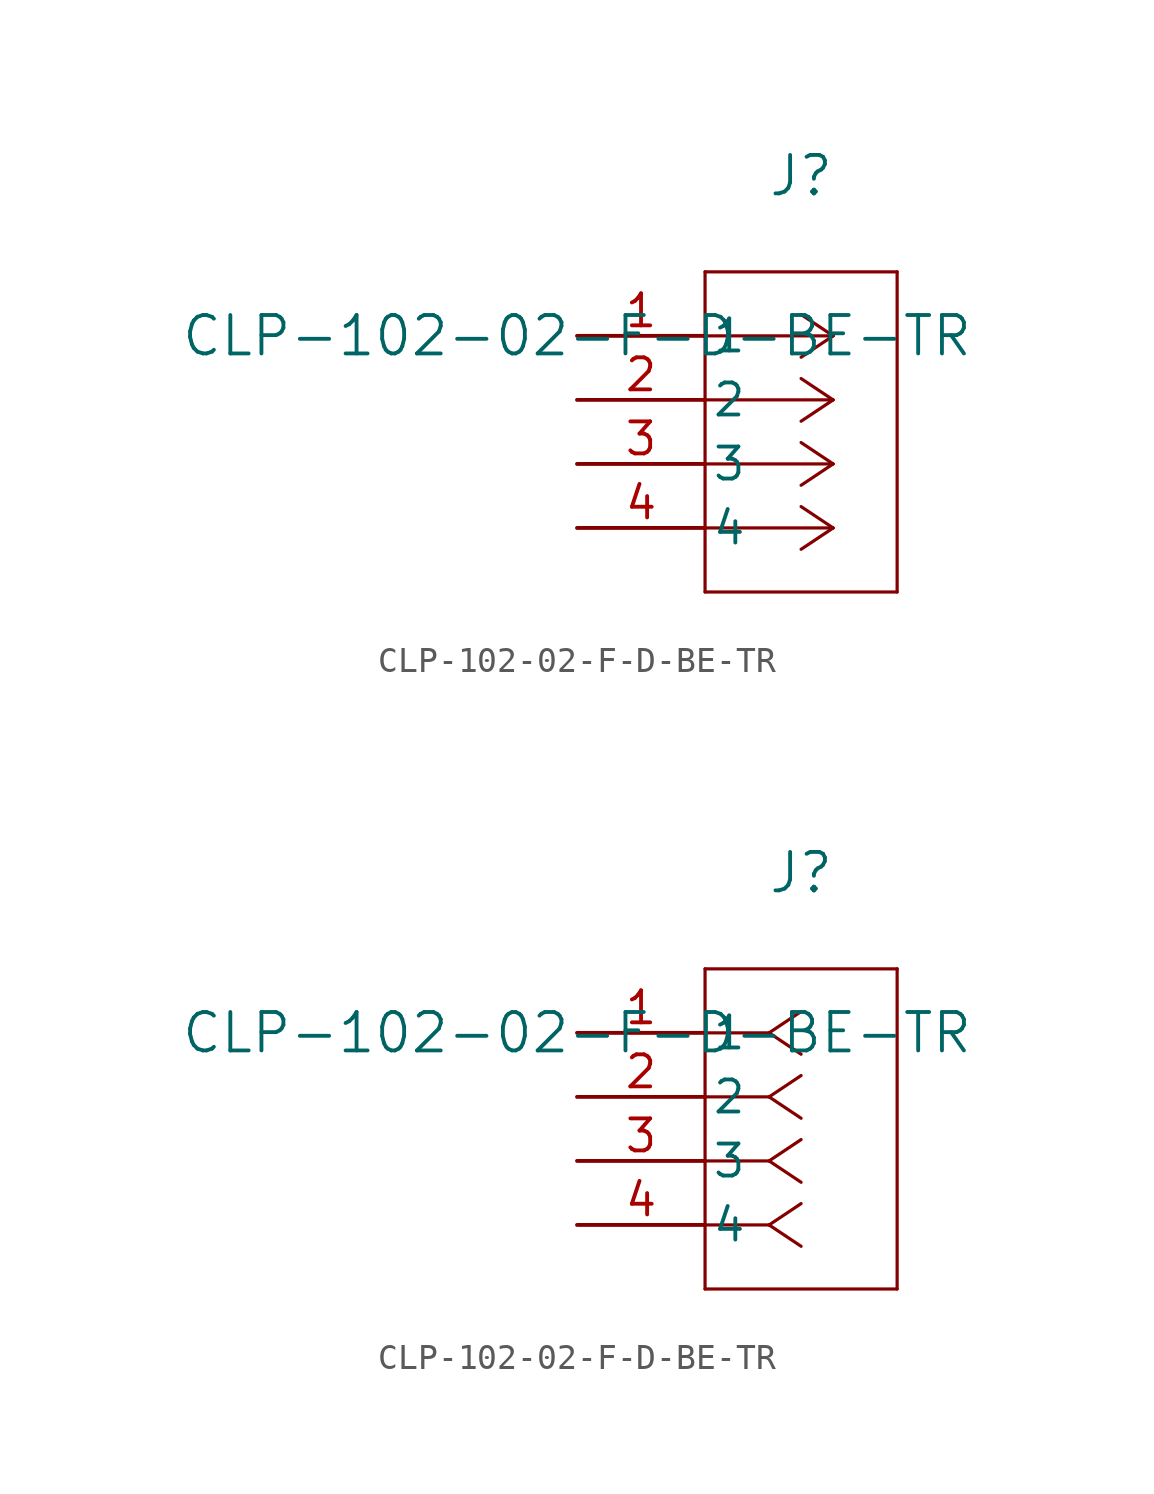
<source format=kicad_sym>
(kicad_symbol_lib
  (version 20211014)
  (generator kicad_symbol_editor)
  (symbol "CLP-102-02-F-D-BE-TR"
    (pin_names
      (offset 0.254))
    (property "Reference" "J"
      (at 8.89 6.35 0)
      (effects (font (size 1.524 1.524))))
    (property "Value" "CLP-102-02-F-D-BE-TR"
      (at 0 0 0)
      (effects (font (size 1.524 1.524))))
    (symbol "CLP-102-02-F-D-BE-TR_1_1"
      (polyline (pts (xy 10.16 0) (xy 5.08 0)) (stroke (width 0.127) (type default) (color 0 0 0 0)) (fill (type none)))
      (polyline (pts (xy 10.16 -2.54) (xy 5.08 -2.54)) (stroke (width 0.127) (type default) (color 0 0 0 0)) (fill (type none)))
      (polyline (pts (xy 10.16 -5.08) (xy 5.08 -5.08)) (stroke (width 0.127) (type default) (color 0 0 0 0)) (fill (type none)))
      (polyline (pts (xy 10.16 -7.62) (xy 5.08 -7.62)) (stroke (width 0.127) (type default) (color 0 0 0 0)) (fill (type none)))
      (polyline (pts (xy 10.16 0) (xy 8.89 0.847)) (stroke (width 0.127) (type default) (color 0 0 0 0)) (fill (type none)))
      (polyline (pts (xy 10.16 -2.54) (xy 8.89 -1.693)) (stroke (width 0.127) (type default) (color 0 0 0 0)) (fill (type none)))
      (polyline (pts (xy 10.16 -5.08) (xy 8.89 -4.233)) (stroke (width 0.127) (type default) (color 0 0 0 0)) (fill (type none)))
      (polyline (pts (xy 10.16 -7.62) (xy 8.89 -6.773)) (stroke (width 0.127) (type default) (color 0 0 0 0)) (fill (type none)))
      (polyline (pts (xy 10.16 0) (xy 8.89 -0.847)) (stroke (width 0.127) (type default) (color 0 0 0 0)) (fill (type none)))
      (polyline (pts (xy 10.16 -2.54) (xy 8.89 -3.387)) (stroke (width 0.127) (type default) (color 0 0 0 0)) (fill (type none)))
      (polyline (pts (xy 10.16 -5.08) (xy 8.89 -5.927)) (stroke (width 0.127) (type default) (color 0 0 0 0)) (fill (type none)))
      (polyline (pts (xy 10.16 -7.62) (xy 8.89 -8.467)) (stroke (width 0.127) (type default) (color 0 0 0 0)) (fill (type none)))
      (polyline (pts (xy 5.08 2.54) (xy 5.08 -10.16)) (stroke (width 0.127) (type default) (color 0 0 0 0)) (fill (type none)))
      (polyline (pts (xy 5.08 -10.16) (xy 12.7 -10.16)) (stroke (width 0.127) (type default) (color 0 0 0 0)) (fill (type none)))
      (polyline (pts (xy 12.7 -10.16) (xy 12.7 2.54)) (stroke (width 0.127) (type default) (color 0 0 0 0)) (fill (type none)))
      (polyline (pts (xy 12.7 2.54) (xy 5.08 2.54)) (stroke (width 0.127) (type default) (color 0 0 0 0)) (fill (type none)))
      (pin unspecified line (at 0 0 0) (length 5.08) (name "1" (effects (font (size 1.27 1.27)))) (number "1" (effects (font (size 1.27 1.27)))))
      (pin unspecified line (at 0 -2.54 0) (length 5.08) (name "2" (effects (font (size 1.27 1.27)))) (number "2" (effects (font (size 1.27 1.27)))))
      (pin unspecified line (at 0 -5.08 0) (length 5.08) (name "3" (effects (font (size 1.27 1.27)))) (number "3" (effects (font (size 1.27 1.27)))))
      (pin unspecified line (at 0 -7.62 0) (length 5.08) (name "4" (effects (font (size 1.27 1.27)))) (number "4" (effects (font (size 1.27 1.27))))))
    (symbol "CLP-102-02-F-D-BE-TR_1_2"
      (polyline (pts (xy 7.62 0) (xy 5.08 0)) (stroke (width 0.127) (type default) (color 0 0 0 0)) (fill (type none)))
      (polyline (pts (xy 7.62 -2.54) (xy 5.08 -2.54)) (stroke (width 0.127) (type default) (color 0 0 0 0)) (fill (type none)))
      (polyline (pts (xy 7.62 -5.08) (xy 5.08 -5.08)) (stroke (width 0.127) (type default) (color 0 0 0 0)) (fill (type none)))
      (polyline (pts (xy 7.62 -7.62) (xy 5.08 -7.62)) (stroke (width 0.127) (type default) (color 0 0 0 0)) (fill (type none)))
      (polyline (pts (xy 7.62 0) (xy 8.89 0.847)) (stroke (width 0.127) (type default) (color 0 0 0 0)) (fill (type none)))
      (polyline (pts (xy 7.62 -2.54) (xy 8.89 -1.693)) (stroke (width 0.127) (type default) (color 0 0 0 0)) (fill (type none)))
      (polyline (pts (xy 7.62 -5.08) (xy 8.89 -4.233)) (stroke (width 0.127) (type default) (color 0 0 0 0)) (fill (type none)))
      (polyline (pts (xy 7.62 -7.62) (xy 8.89 -6.773)) (stroke (width 0.127) (type default) (color 0 0 0 0)) (fill (type none)))
      (polyline (pts (xy 7.62 0) (xy 8.89 -0.847)) (stroke (width 0.127) (type default) (color 0 0 0 0)) (fill (type none)))
      (polyline (pts (xy 7.62 -2.54) (xy 8.89 -3.387)) (stroke (width 0.127) (type default) (color 0 0 0 0)) (fill (type none)))
      (polyline (pts (xy 7.62 -5.08) (xy 8.89 -5.927)) (stroke (width 0.127) (type default) (color 0 0 0 0)) (fill (type none)))
      (polyline (pts (xy 7.62 -7.62) (xy 8.89 -8.467)) (stroke (width 0.127) (type default) (color 0 0 0 0)) (fill (type none)))
      (polyline (pts (xy 5.08 2.54) (xy 5.08 -10.16)) (stroke (width 0.127) (type default) (color 0 0 0 0)) (fill (type none)))
      (polyline (pts (xy 5.08 -10.16) (xy 12.7 -10.16)) (stroke (width 0.127) (type default) (color 0 0 0 0)) (fill (type none)))
      (polyline (pts (xy 12.7 -10.16) (xy 12.7 2.54)) (stroke (width 0.127) (type default) (color 0 0 0 0)) (fill (type none)))
      (polyline (pts (xy 12.7 2.54) (xy 5.08 2.54)) (stroke (width 0.127) (type default) (color 0 0 0 0)) (fill (type none)))
      (pin unspecified line (at 0 0 0) (length 5.08) (name "1" (effects (font (size 1.27 1.27)))) (number "1" (effects (font (size 1.27 1.27)))))
      (pin unspecified line (at 0 -2.54 0) (length 5.08) (name "2" (effects (font (size 1.27 1.27)))) (number "2" (effects (font (size 1.27 1.27)))))
      (pin unspecified line (at 0 -5.08 0) (length 5.08) (name "3" (effects (font (size 1.27 1.27)))) (number "3" (effects (font (size 1.27 1.27)))))
      (pin unspecified line (at 0 -7.62 0) (length 5.08) (name "4" (effects (font (size 1.27 1.27)))) (number "4" (effects (font (size 1.27 1.27))))))))
</source>
